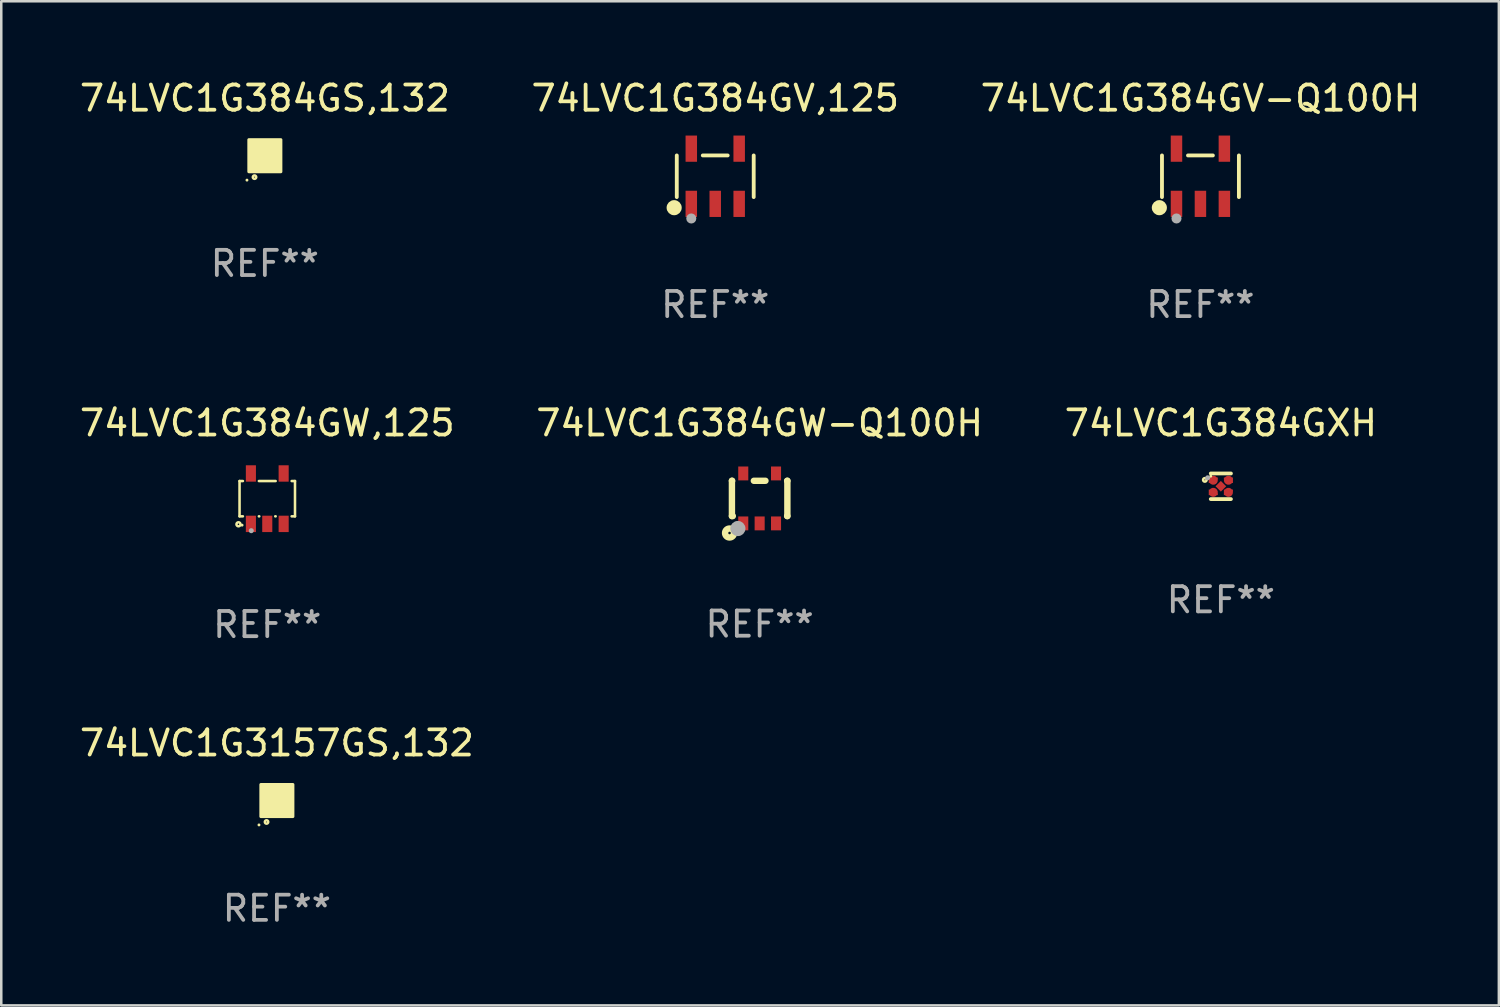
<source format=kicad_pcb>
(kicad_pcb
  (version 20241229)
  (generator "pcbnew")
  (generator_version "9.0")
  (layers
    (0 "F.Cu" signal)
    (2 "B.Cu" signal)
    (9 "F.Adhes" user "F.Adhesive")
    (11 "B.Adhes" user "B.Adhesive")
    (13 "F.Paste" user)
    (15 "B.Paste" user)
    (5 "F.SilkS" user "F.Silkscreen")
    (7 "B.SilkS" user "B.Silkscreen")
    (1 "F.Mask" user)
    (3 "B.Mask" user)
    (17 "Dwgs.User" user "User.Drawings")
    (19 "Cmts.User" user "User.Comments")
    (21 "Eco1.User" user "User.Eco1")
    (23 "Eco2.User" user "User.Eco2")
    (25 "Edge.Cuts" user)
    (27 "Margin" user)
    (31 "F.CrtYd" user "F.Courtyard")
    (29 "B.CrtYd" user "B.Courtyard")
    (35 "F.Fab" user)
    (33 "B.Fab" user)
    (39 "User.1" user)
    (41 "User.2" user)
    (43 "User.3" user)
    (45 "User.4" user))
  (footprint "74LVC1G3157GS,132"
    (layer "F.Cu")
    (at 7.935 28.711)
    (property "Reference" "74LVC1G3157GS,132" (at 0 -2.28 0) (layer "F.SilkS") (effects (font (size 1 1) (thickness 0.15))))
    (attr through_hole)
    (fp_circle (center -0.71 0.968) (end -0.68 0.968) (stroke (width 0.06) (type solid)) (fill no) (layer "F.SilkS"))
    (fp_circle (center -0.41 0.85) (end -0.342 0.85) (stroke (width 0.1) (type solid)) (fill no) (layer "F.SilkS"))
    (fp_poly (pts (xy -0.635 -0.635) (xy 0.635 -0.635) (xy 0.635 0.635) (xy -0.635 0.635)) (stroke (width 0.12) (type solid)) (fill yes) (layer "F.SilkS"))
    (fp_text user "REF**" (at 0 4.28 0) (layer "F.Fab") (effects (font (size 1 1) (thickness 0.15))))
    (pad "1" smd rect (at -0.35 0.28 90) (size 0.35 0.2) (layers "F.Cu" "F.Mask" "F.Paste"))
    (pad "2" smd rect (at 0 0.28 90) (size 0.35 0.2) (layers "F.Cu" "F.Mask" "F.Paste"))
    (pad "3" smd rect (at 0.35 0.28 90) (size 0.35 0.2) (layers "F.Cu" "F.Mask" "F.Paste"))
    (pad "4" smd rect (at 0.35 -0.28 90) (size 0.35 0.2) (layers "F.Cu" "F.Mask" "F.Paste"))
    (pad "5" smd rect (at 0 -0.28 90) (size 0.35 0.2) (layers "F.Cu" "F.Mask" "F.Paste"))
    (pad "6" smd rect (at -0.35 -0.28 90) (size 0.35 0.2) (layers "F.Cu" "F.Mask" "F.Paste")))
  (footprint "74LVC1G384GW-Q100H"
    (layer "F.Cu")
    (at 27.089 16.725)
    (property "Reference" "74LVC1G384GW-Q100H" (at 0 -2.991 0) (layer "F.SilkS") (effects (font (size 1 1) (thickness 0.15))))
    (attr through_hole)
    (fp_line (start -1.1 -0.7) (end -1.1 0.7) (stroke (width 0.254) (type solid)) (layer "F.SilkS"))
    (fp_line (start -1.1 -0.7) (end -1.09 -0.7) (stroke (width 0.254) (type solid)) (layer "F.SilkS"))
    (fp_line (start -1.1 0.7) (end -1.065 0.7) (stroke (width 0.254) (type solid)) (layer "F.SilkS"))
    (fp_line (start -0.23 -0.7) (end 0.23 -0.7) (stroke (width 0.254) (type solid)) (layer "F.SilkS"))
    (fp_line (start 1.09 -0.7) (end 1.1 -0.7) (stroke (width 0.254) (type solid)) (layer "F.SilkS"))
    (fp_line (start 1.09 0.7) (end 1.1 0.7) (stroke (width 0.254) (type solid)) (layer "F.SilkS"))
    (fp_line (start 1.1 -0.7) (end 1.1 0.7) (stroke (width 0.254) (type solid)) (layer "F.SilkS"))
    (fp_circle (center -1.194 1.372) (end -1.143 1.372) (stroke (width 0.254) (type solid)) (fill no) (layer "F.SilkS"))
    (fp_circle (center -1.05 1.063) (end -1.02 1.063) (stroke (width 0.06) (type solid)) (fill no) (layer "F.SilkS"))
    (fp_circle (center -0.864 1.194) (end -0.713 1.194) (stroke (width 0.3) (type solid)) (fill no) (layer "F.Fab"))
    (fp_text user "REF**" (at 0 4.991 0) (layer "F.Fab") (effects (font (size 1 1) (thickness 0.15))))
    (pad "1" smd rect (at -0.65 0.991 180) (size 0.399 0.551) (layers "F.Cu" "F.Mask" "F.Paste"))
    (pad "2" smd rect (at 0 0.991 180) (size 0.399 0.551) (layers "F.Cu" "F.Mask" "F.Paste"))
    (pad "3" smd rect (at 0.65 0.991 180) (size 0.399 0.551) (layers "F.Cu" "F.Mask" "F.Paste"))
    (pad "4" smd rect (at 0.65 -0.991 180) (size 0.399 0.551) (layers "F.Cu" "F.Mask" "F.Paste"))
    (pad "5" smd rect (at -0.65 -0.991 180) (size 0.399 0.551) (layers "F.Cu" "F.Mask" "F.Paste")))
  (footprint "74LVC1G384GW,125"
    (layer "F.Cu")
    (at 7.554 16.735)
    (property "Reference" "74LVC1G384GW,125" (at 0 -3 0) (layer "F.SilkS") (effects (font (size 1 1) (thickness 0.15))))
    (attr through_hole)
    (fp_line (start -1.1 -0.7) (end -1.1 0.7) (stroke (width 0.101) (type solid)) (layer "F.SilkS"))
    (fp_line (start -1.1 -0.7) (end -0.967 -0.7) (stroke (width 0.101) (type solid)) (layer "F.SilkS"))
    (fp_line (start -1.1 0.7) (end -0.967 0.7) (stroke (width 0.101) (type solid)) (layer "F.SilkS"))
    (fp_line (start -0.333 0.7) (end -0.317 0.7) (stroke (width 0.101) (type solid)) (layer "F.SilkS"))
    (fp_line (start -0.333 -0.7) (end 0.333 -0.7) (stroke (width 0.101) (type solid)) (layer "F.SilkS"))
    (fp_line (start 0.317 0.7) (end 0.333 0.7) (stroke (width 0.101) (type solid)) (layer "F.SilkS"))
    (fp_line (start 0.967 0.7) (end 1.1 0.7) (stroke (width 0.101) (type solid)) (layer "F.SilkS"))
    (fp_line (start 0.967 -0.7) (end 1.1 -0.7) (stroke (width 0.101) (type solid)) (layer "F.SilkS"))
    (fp_line (start 1.1 -0.7) (end 1.1 0.7) (stroke (width 0.101) (type solid)) (layer "F.SilkS"))
    (fp_circle (center -1.143 1.016) (end -1.063 1.016) (stroke (width 0.1) (type solid)) (fill no) (layer "F.SilkS"))
    (fp_circle (center -1 1.05) (end -0.97 1.05) (stroke (width 0.06) (type solid)) (fill no) (layer "F.SilkS"))
    (fp_circle (center -0.635 1.27) (end -0.585 1.27) (stroke (width 0.1) (type solid)) (fill no) (layer "F.Fab"))
    (fp_text user "REF**" (at 0 5 0) (layer "F.Fab") (effects (font (size 1 1) (thickness 0.15))))
    (pad "1" smd rect (at -0.65 1) (size 0.4 0.65) (layers "F.Cu" "F.Mask" "F.Paste"))
    (pad "2" smd rect (at 0 1) (size 0.4 0.65) (layers "F.Cu" "F.Mask" "F.Paste"))
    (pad "3" smd rect (at 0.65 1) (size 0.4 0.65) (layers "F.Cu" "F.Mask" "F.Paste"))
    (pad "4" smd rect (at 0.65 -1) (size 0.4 0.65) (layers "F.Cu" "F.Mask" "F.Paste"))
    (pad "5" smd rect (at -0.65 -1) (size 0.4 0.65) (layers "F.Cu" "F.Mask" "F.Paste")))
  (footprint "74LVC1G384GV,125"
    (layer "F.Cu")
    (at 25.327 3.943)
    (property "Reference" "74LVC1G384GV,125" (at 0 -3.095 0) (layer "F.SilkS") (effects (font (size 1 1) (thickness 0.15))))
    (attr through_hole)
    (fp_line (start -1.526 0.826) (end -1.526 -0.826) (stroke (width 0.152) (type solid)) (layer "F.SilkS"))
    (fp_line (start 0.494 -0.826) (end -0.494 -0.826) (stroke (width 0.152) (type solid)) (layer "F.SilkS"))
    (fp_line (start 1.526 0.826) (end 1.526 -0.826) (stroke (width 0.152) (type solid)) (layer "F.SilkS"))
    (fp_circle (center -1.63 1.247) (end -1.48 1.247) (stroke (width 0.3) (type solid)) (fill no) (layer "F.SilkS"))
    (fp_circle (center -1.45 1.375) (end -1.42 1.375) (stroke (width 0.06) (type solid)) (fill no) (layer "F.SilkS"))
    (fp_circle (center -0.95 1.675) (end -0.85 1.675) (stroke (width 0.2) (type solid)) (fill no) (layer "F.Fab"))
    (fp_text user "REF**" (at 0 5.095 0) (layer "F.Fab") (effects (font (size 1 1) (thickness 0.15))))
    (pad "1" smd rect (at -0.95 1.095) (size 0.455 1.04) (layers "F.Cu" "F.Mask" "F.Paste"))
    (pad "2" smd rect (at 0 1.095) (size 0.455 1.04) (layers "F.Cu" "F.Mask" "F.Paste"))
    (pad "3" smd rect (at 0.95 1.095) (size 0.455 1.04) (layers "F.Cu" "F.Mask" "F.Paste"))
    (pad "4" smd rect (at 0.95 -1.095) (size 0.455 1.04) (layers "F.Cu" "F.Mask" "F.Paste"))
    (pad "5" smd rect (at -0.95 -1.095) (size 0.455 1.04) (layers "F.Cu" "F.Mask" "F.Paste")))
  (footprint "74LVC1G384GS,132"
    (layer "F.Cu")
    (at 7.458 3.128)
    (property "Reference" "74LVC1G384GS,132" (at 0 -2.28 0) (layer "F.SilkS") (effects (font (size 1 1) (thickness 0.15))))
    (attr through_hole)
    (fp_circle (center -0.71 0.968) (end -0.68 0.968) (stroke (width 0.06) (type solid)) (fill no) (layer "F.SilkS"))
    (fp_circle (center -0.41 0.85) (end -0.342 0.85) (stroke (width 0.1) (type solid)) (fill no) (layer "F.SilkS"))
    (fp_poly (pts (xy -0.635 -0.635) (xy 0.635 -0.635) (xy 0.635 0.635) (xy -0.635 0.635)) (stroke (width 0.12) (type solid)) (fill yes) (layer "F.SilkS"))
    (fp_text user "REF**" (at 0 4.28 0) (layer "F.Fab") (effects (font (size 1 1) (thickness 0.15))))
    (pad "1" smd rect (at -0.35 0.28 90) (size 0.35 0.2) (layers "F.Cu" "F.Mask" "F.Paste"))
    (pad "2" smd rect (at 0 0.28 90) (size 0.35 0.2) (layers "F.Cu" "F.Mask" "F.Paste"))
    (pad "3" smd rect (at 0.35 0.28 90) (size 0.35 0.2) (layers "F.Cu" "F.Mask" "F.Paste"))
    (pad "4" smd rect (at 0.35 -0.28 90) (size 0.35 0.2) (layers "F.Cu" "F.Mask" "F.Paste"))
    (pad "5" smd rect (at 0 -0.28 90) (size 0.35 0.2) (layers "F.Cu" "F.Mask" "F.Paste"))
    (pad "6" smd rect (at -0.35 -0.28 90) (size 0.35 0.2) (layers "F.Cu" "F.Mask" "F.Paste")))
  (footprint "74LVC1G384GV-Q100H"
    (layer "F.Cu")
    (at 44.577 3.943)
    (property "Reference" "74LVC1G384GV-Q100H" (at 0 -3.095 0) (layer "F.SilkS") (effects (font (size 1 1) (thickness 0.15))))
    (attr through_hole)
    (fp_line (start -1.526 0.826) (end -1.526 -0.826) (stroke (width 0.152) (type solid)) (layer "F.SilkS"))
    (fp_line (start 0.494 -0.826) (end -0.494 -0.826) (stroke (width 0.152) (type solid)) (layer "F.SilkS"))
    (fp_line (start 1.526 0.826) (end 1.526 -0.826) (stroke (width 0.152) (type solid)) (layer "F.SilkS"))
    (fp_circle (center -1.63 1.247) (end -1.48 1.247) (stroke (width 0.3) (type solid)) (fill no) (layer "F.SilkS"))
    (fp_circle (center -1.45 1.375) (end -1.42 1.375) (stroke (width 0.06) (type solid)) (fill no) (layer "F.SilkS"))
    (fp_circle (center -0.95 1.675) (end -0.85 1.675) (stroke (width 0.2) (type solid)) (fill no) (layer "F.Fab"))
    (fp_text user "REF**" (at 0 5.095 0) (layer "F.Fab") (effects (font (size 1 1) (thickness 0.15))))
    (pad "1" smd rect (at -0.95 1.095) (size 0.455 1.04) (layers "F.Cu" "F.Mask" "F.Paste"))
    (pad "2" smd rect (at 0 1.095) (size 0.455 1.04) (layers "F.Cu" "F.Mask" "F.Paste"))
    (pad "3" smd rect (at 0.95 1.095) (size 0.455 1.04) (layers "F.Cu" "F.Mask" "F.Paste"))
    (pad "4" smd rect (at 0.95 -1.095) (size 0.455 1.04) (layers "F.Cu" "F.Mask" "F.Paste"))
    (pad "5" smd rect (at -0.95 -1.095) (size 0.455 1.04) (layers "F.Cu" "F.Mask" "F.Paste")))
  (footprint "74LVC1G384GXH"
    (layer "F.Cu")
    (at 45.387 16.243)
    (property "Reference" "74LVC1G384GXH" (at 0 -2.508 0) (layer "F.SilkS") (effects (font (size 1 1) (thickness 0.15))))
    (attr through_hole)
    (fp_line (start 0.4 -0.508) (end -0.4 -0.508) (stroke (width 0.15) (type solid)) (layer "F.SilkS"))
    (fp_line (start 0.4 0.508) (end -0.4 0.508) (stroke (width 0.15) (type solid)) (layer "F.SilkS"))
    (fp_circle (center -0.635 -0.254) (end -0.615 -0.254) (stroke (width 0.1) (type solid)) (fill no) (layer "F.SilkS"))
    (fp_circle (center -0.401 -0.4) (end -0.371 -0.4) (stroke (width 0.06) (type solid)) (fill no) (layer "F.SilkS"))
    (fp_circle (center -0.523 -0.337) (end -0.473 -0.337) (stroke (width 0.1) (type solid)) (fill no) (layer "F.Fab"))
    (fp_text user "REF**" (at 0 4.508 0) (layer "F.Fab") (effects (font (size 1 1) (thickness 0.15))))
    (pad "1" smd custom (at -0.3 -0.24) (size 0.36 0.22) (layers "F.Cu" "F.Mask" "F.Paste") (options (anchor circle)) (primitives (gr_poly (pts (xy -0.18 -0.11) (xy -0.18 0.11) (xy 0.000127 0.11) (xy 0.18 -0.03) (xy 0.18 -0.11) (xy -0.18 -0.11)) (width 0) (fill yes))))
    (pad "2" smd custom (at -0.3 0.24) (size 0.36 0.22) (layers "F.Cu" "F.Mask" "F.Paste") (options (anchor circle)) (primitives (gr_poly (pts (xy -0.18 0.11) (xy -0.18 -0.11) (xy 0.000127 -0.11) (xy 0.18 0.03) (xy 0.18 0.11) (xy -0.18 0.11)) (width 0) (fill yes))))
    (pad "3" smd rect (at 0.000102 -0.000127 45) (size 0.3 0.3) (layers "F.Cu" "F.Mask" "F.Paste"))
    (pad "4" smd custom (at 0.3 0.24 180) (size 0.36 0.22) (layers "F.Cu" "F.Mask" "F.Paste") (options (anchor circle)) (primitives (gr_poly (pts (xy 0.18 0.11) (xy 0.18 -0.11) (xy -0.000178 -0.11) (xy -0.18 0.03) (xy -0.18 0.11) (xy 0.18 0.11)) (width 0) (fill yes))))
    (pad "5" smd custom (at 0.3 -0.24) (size 0.36 0.22) (layers "F.Cu" "F.Mask" "F.Paste") (options (anchor circle)) (primitives (gr_poly (pts (xy 0.18 -0.11) (xy 0.18 0.11) (xy -0.000152 0.11) (xy -0.18 -0.03) (xy -0.18 -0.11) (xy 0.18 -0.11)) (width 0) (fill yes)))))
  (gr_rect
    (start -3 -3)
    (end 56.417 36.839)
    (stroke (width 0.1) (type default))
    (fill no)
    (layer "Edge.Cuts")))
</source>
